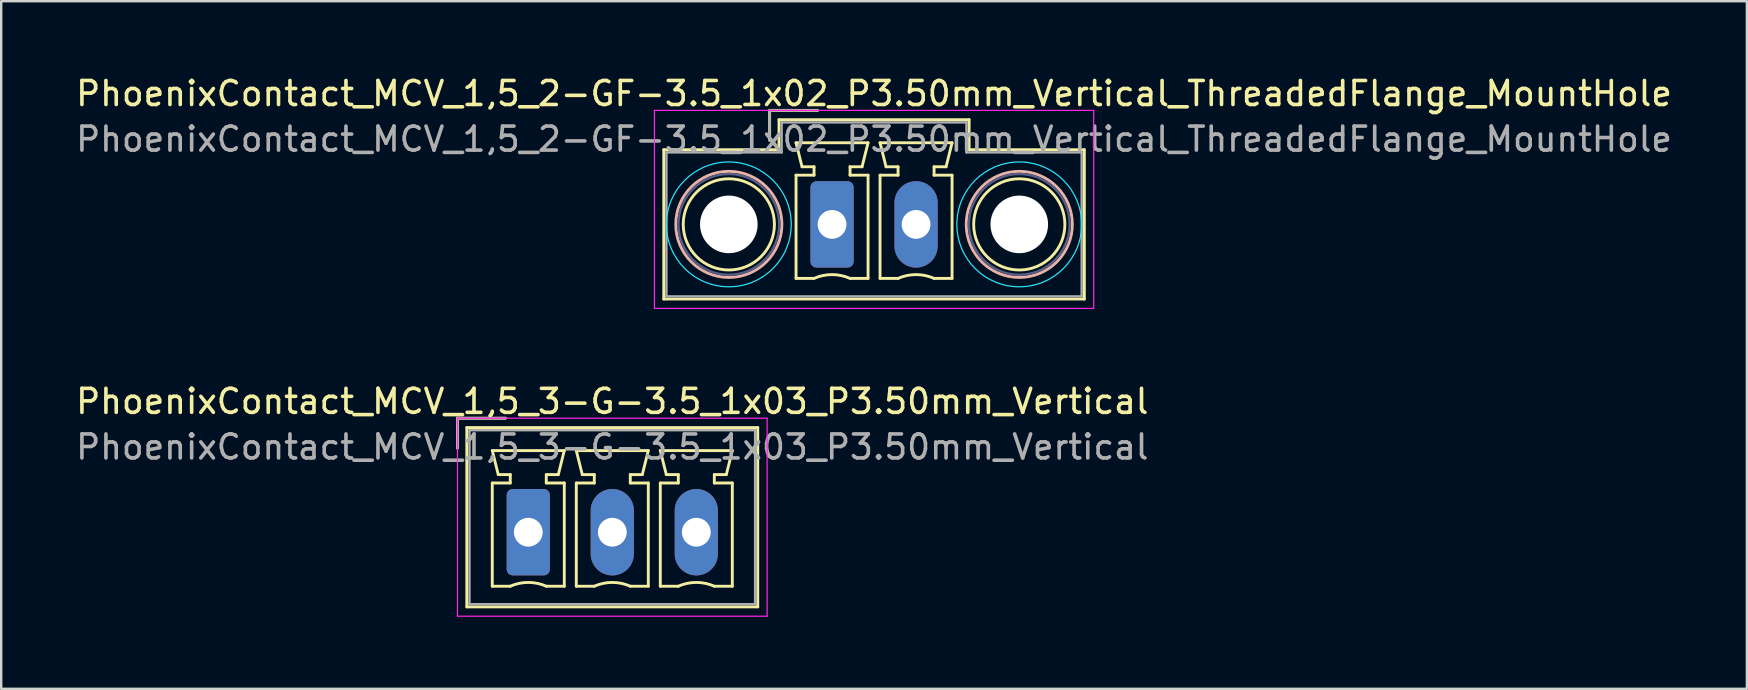
<source format=kicad_pcb>
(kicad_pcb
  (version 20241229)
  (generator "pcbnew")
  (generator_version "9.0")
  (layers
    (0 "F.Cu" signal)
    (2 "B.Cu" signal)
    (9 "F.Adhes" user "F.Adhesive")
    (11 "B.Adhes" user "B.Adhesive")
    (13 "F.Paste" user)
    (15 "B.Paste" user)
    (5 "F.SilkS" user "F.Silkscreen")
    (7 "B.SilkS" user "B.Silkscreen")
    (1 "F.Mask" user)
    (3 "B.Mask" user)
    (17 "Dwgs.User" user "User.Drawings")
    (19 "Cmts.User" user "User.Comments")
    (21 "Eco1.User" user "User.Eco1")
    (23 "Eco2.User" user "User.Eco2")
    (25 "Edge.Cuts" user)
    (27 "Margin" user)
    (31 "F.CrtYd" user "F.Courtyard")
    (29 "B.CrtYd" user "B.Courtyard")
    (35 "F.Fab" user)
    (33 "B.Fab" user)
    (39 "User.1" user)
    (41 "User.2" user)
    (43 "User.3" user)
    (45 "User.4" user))
  (footprint "PhoenixContact_MCV_1,5_3-G-3.5_1x03_P3.50mm_Vertical"
    (layer "F.Cu")
    (at 18.958 19.122)
    (property "Reference" "PhoenixContact_MCV_1,5_3-G-3.5_1x03_P3.50mm_Vertical" (at 3.5 -5.45 0) (layer "F.SilkS") (effects (font (size 1 1) (thickness 0.15))))
    (attr through_hole)
    (fp_line (start -2.95 -4.75) (end -0.95 -4.75) (stroke (width 0.12) (type solid)) (layer "F.SilkS"))
    (fp_line (start -2.95 -3.5) (end -2.95 -4.75) (stroke (width 0.12) (type solid)) (layer "F.SilkS"))
    (fp_line (start -2.56 -4.36) (end -2.56 3.11) (stroke (width 0.12) (type solid)) (layer "F.SilkS"))
    (fp_line (start -2.56 3.11) (end 9.56 3.11) (stroke (width 0.12) (type solid)) (layer "F.SilkS"))
    (fp_line (start -1.5 -3.4) (end 1.5 -3.4) (stroke (width 0.12) (type solid)) (layer "F.SilkS"))
    (fp_line (start -1.5 -2.05) (end -0.75 -2.05) (stroke (width 0.12) (type solid)) (layer "F.SilkS"))
    (fp_line (start -1.5 2.25) (end -1.5 -2.05) (stroke (width 0.12) (type solid)) (layer "F.SilkS"))
    (fp_line (start -1.25 -2.4) (end -1.5 -3.4) (stroke (width 0.12) (type solid)) (layer "F.SilkS"))
    (fp_line (start -0.75 -2.4) (end -1.25 -2.4) (stroke (width 0.12) (type solid)) (layer "F.SilkS"))
    (fp_line (start -0.75 -2.05) (end -0.75 -2.4) (stroke (width 0.12) (type solid)) (layer "F.SilkS"))
    (fp_line (start -0.75 2.25) (end -1.5 2.25) (stroke (width 0.12) (type solid)) (layer "F.SilkS"))
    (fp_line (start 0.75 -2.4) (end 0.75 -2.05) (stroke (width 0.12) (type solid)) (layer "F.SilkS"))
    (fp_line (start 0.75 -2.05) (end 1.5 -2.05) (stroke (width 0.12) (type solid)) (layer "F.SilkS"))
    (fp_line (start 1.25 -2.4) (end 0.75 -2.4) (stroke (width 0.12) (type solid)) (layer "F.SilkS"))
    (fp_line (start 1.5 -3.4) (end 1.25 -2.4) (stroke (width 0.12) (type solid)) (layer "F.SilkS"))
    (fp_line (start 1.5 -2.05) (end 1.5 2.25) (stroke (width 0.12) (type solid)) (layer "F.SilkS"))
    (fp_line (start 1.5 2.25) (end 0.75 2.25) (stroke (width 0.12) (type solid)) (layer "F.SilkS"))
    (fp_line (start 2 -3.4) (end 5 -3.4) (stroke (width 0.12) (type solid)) (layer "F.SilkS"))
    (fp_line (start 2 -2.05) (end 2.75 -2.05) (stroke (width 0.12) (type solid)) (layer "F.SilkS"))
    (fp_line (start 2 2.25) (end 2 -2.05) (stroke (width 0.12) (type solid)) (layer "F.SilkS"))
    (fp_line (start 2.25 -2.4) (end 2 -3.4) (stroke (width 0.12) (type solid)) (layer "F.SilkS"))
    (fp_line (start 2.75 -2.4) (end 2.25 -2.4) (stroke (width 0.12) (type solid)) (layer "F.SilkS"))
    (fp_line (start 2.75 -2.05) (end 2.75 -2.4) (stroke (width 0.12) (type solid)) (layer "F.SilkS"))
    (fp_line (start 2.75 2.25) (end 2 2.25) (stroke (width 0.12) (type solid)) (layer "F.SilkS"))
    (fp_line (start 4.25 -2.4) (end 4.25 -2.05) (stroke (width 0.12) (type solid)) (layer "F.SilkS"))
    (fp_line (start 4.25 -2.05) (end 5 -2.05) (stroke (width 0.12) (type solid)) (layer "F.SilkS"))
    (fp_line (start 4.75 -2.4) (end 4.25 -2.4) (stroke (width 0.12) (type solid)) (layer "F.SilkS"))
    (fp_line (start 5 -3.4) (end 4.75 -2.4) (stroke (width 0.12) (type solid)) (layer "F.SilkS"))
    (fp_line (start 5 -2.05) (end 5 2.25) (stroke (width 0.12) (type solid)) (layer "F.SilkS"))
    (fp_line (start 5 2.25) (end 4.25 2.25) (stroke (width 0.12) (type solid)) (layer "F.SilkS"))
    (fp_line (start 5.5 -3.4) (end 8.5 -3.4) (stroke (width 0.12) (type solid)) (layer "F.SilkS"))
    (fp_line (start 5.5 -2.05) (end 6.25 -2.05) (stroke (width 0.12) (type solid)) (layer "F.SilkS"))
    (fp_line (start 5.5 2.25) (end 5.5 -2.05) (stroke (width 0.12) (type solid)) (layer "F.SilkS"))
    (fp_line (start 5.75 -2.4) (end 5.5 -3.4) (stroke (width 0.12) (type solid)) (layer "F.SilkS"))
    (fp_line (start 6.25 -2.4) (end 5.75 -2.4) (stroke (width 0.12) (type solid)) (layer "F.SilkS"))
    (fp_line (start 6.25 -2.05) (end 6.25 -2.4) (stroke (width 0.12) (type solid)) (layer "F.SilkS"))
    (fp_line (start 6.25 2.25) (end 5.5 2.25) (stroke (width 0.12) (type solid)) (layer "F.SilkS"))
    (fp_line (start 7.75 -2.4) (end 7.75 -2.05) (stroke (width 0.12) (type solid)) (layer "F.SilkS"))
    (fp_line (start 7.75 -2.05) (end 8.5 -2.05) (stroke (width 0.12) (type solid)) (layer "F.SilkS"))
    (fp_line (start 8.25 -2.4) (end 7.75 -2.4) (stroke (width 0.12) (type solid)) (layer "F.SilkS"))
    (fp_line (start 8.5 -3.4) (end 8.25 -2.4) (stroke (width 0.12) (type solid)) (layer "F.SilkS"))
    (fp_line (start 8.5 -2.05) (end 8.5 2.25) (stroke (width 0.12) (type solid)) (layer "F.SilkS"))
    (fp_line (start 8.5 2.25) (end 7.75 2.25) (stroke (width 0.12) (type solid)) (layer "F.SilkS"))
    (fp_line (start 9.56 -4.36) (end -2.56 -4.36) (stroke (width 0.12) (type solid)) (layer "F.SilkS"))
    (fp_line (start 9.56 3.11) (end 9.56 -4.36) (stroke (width 0.12) (type solid)) (layer "F.SilkS"))
    (fp_arc (start -0.75 2.25) (mid -0.000193 2.09191) (end 0.749647 2.249844) (stroke (width 0.12) (type solid)) (layer "F.SilkS"))
    (fp_arc (start 2.75 2.25) (mid 3.499807 2.09191) (end 4.249647 2.249844) (stroke (width 0.12) (type solid)) (layer "F.SilkS"))
    (fp_arc (start 6.25 2.25) (mid 6.999807 2.09191) (end 7.749647 2.249844) (stroke (width 0.12) (type solid)) (layer "F.SilkS"))
    (fp_line (start -2.95 -4.75) (end -2.95 3.5) (stroke (width 0.05) (type solid)) (layer "F.CrtYd"))
    (fp_line (start -2.95 3.5) (end 9.95 3.5) (stroke (width 0.05) (type solid)) (layer "F.CrtYd"))
    (fp_line (start 9.95 -4.75) (end -2.95 -4.75) (stroke (width 0.05) (type solid)) (layer "F.CrtYd"))
    (fp_line (start 9.95 3.5) (end 9.95 -4.75) (stroke (width 0.05) (type solid)) (layer "F.CrtYd"))
    (fp_line (start -2.95 -4.75) (end -0.95 -4.75) (stroke (width 0.1) (type solid)) (layer "F.Fab"))
    (fp_line (start -2.95 -3.5) (end -2.95 -4.75) (stroke (width 0.1) (type solid)) (layer "F.Fab"))
    (fp_line (start -2.45 -4.25) (end -2.45 3) (stroke (width 0.1) (type solid)) (layer "F.Fab"))
    (fp_line (start -2.45 3) (end 9.45 3) (stroke (width 0.1) (type solid)) (layer "F.Fab"))
    (fp_line (start 9.45 -4.25) (end -2.45 -4.25) (stroke (width 0.1) (type solid)) (layer "F.Fab"))
    (fp_line (start 9.45 3) (end 9.45 -4.25) (stroke (width 0.1) (type solid)) (layer "F.Fab"))
    (fp_text user "${REFERENCE}" (at 3.5 -3.55 0) (layer "F.Fab") (effects (font (size 1 1) (thickness 0.15))))
    (pad "1" thru_hole roundrect (at 0 0) (size 1.8 3.6) (drill 1.2) (layers "*.Cu" "*.Mask") (roundrect_rratio 0.139))
    (pad "2" thru_hole oval (at 3.5 0) (size 1.8 3.6) (drill 1.2) (layers "*.Cu" "*.Mask"))
    (pad "3" thru_hole oval (at 7 0) (size 1.8 3.6) (drill 1.2) (layers "*.Cu" "*.Mask")))
  (footprint "PhoenixContact_MCV_1,5_2-GF-3.5_1x02_P3.50mm_Vertical_ThreadedFlange_MountHole"
    (layer "F.Cu")
    (at 31.613 6.298)
    (property "Reference" "PhoenixContact_MCV_1,5_2-GF-3.5_1x02_P3.50mm_Vertical_ThreadedFlange_MountHole" (at 1.75 -5.45 0) (layer "F.SilkS") (effects (font (size 1 1) (thickness 0.15))))
    (attr through_hole)
    (fp_line (start -7.01 -3.11) (end -7.01 3.11) (stroke (width 0.12) (type solid)) (layer "F.SilkS"))
    (fp_line (start -7.01 3.11) (end 10.51 3.11) (stroke (width 0.12) (type solid)) (layer "F.SilkS"))
    (fp_line (start -2.6 -4.75) (end -0.6 -4.75) (stroke (width 0.12) (type solid)) (layer "F.SilkS"))
    (fp_line (start -2.6 -3.5) (end -2.6 -4.75) (stroke (width 0.12) (type solid)) (layer "F.SilkS"))
    (fp_line (start -2.21 -4.36) (end -2.21 -3.11) (stroke (width 0.12) (type solid)) (layer "F.SilkS"))
    (fp_line (start -2.21 -3.11) (end -7.01 -3.11) (stroke (width 0.12) (type solid)) (layer "F.SilkS"))
    (fp_line (start -1.5 -3.4) (end 1.5 -3.4) (stroke (width 0.12) (type solid)) (layer "F.SilkS"))
    (fp_line (start -1.5 -2.05) (end -0.75 -2.05) (stroke (width 0.12) (type solid)) (layer "F.SilkS"))
    (fp_line (start -1.5 2.25) (end -1.5 -2.05) (stroke (width 0.12) (type solid)) (layer "F.SilkS"))
    (fp_line (start -1.25 -2.4) (end -1.5 -3.4) (stroke (width 0.12) (type solid)) (layer "F.SilkS"))
    (fp_line (start -0.75 -2.4) (end -1.25 -2.4) (stroke (width 0.12) (type solid)) (layer "F.SilkS"))
    (fp_line (start -0.75 -2.05) (end -0.75 -2.4) (stroke (width 0.12) (type solid)) (layer "F.SilkS"))
    (fp_line (start -0.75 2.25) (end -1.5 2.25) (stroke (width 0.12) (type solid)) (layer "F.SilkS"))
    (fp_line (start 0.75 -2.4) (end 0.75 -2.05) (stroke (width 0.12) (type solid)) (layer "F.SilkS"))
    (fp_line (start 0.75 -2.05) (end 1.5 -2.05) (stroke (width 0.12) (type solid)) (layer "F.SilkS"))
    (fp_line (start 1.25 -2.4) (end 0.75 -2.4) (stroke (width 0.12) (type solid)) (layer "F.SilkS"))
    (fp_line (start 1.5 -3.4) (end 1.25 -2.4) (stroke (width 0.12) (type solid)) (layer "F.SilkS"))
    (fp_line (start 1.5 -2.05) (end 1.5 2.25) (stroke (width 0.12) (type solid)) (layer "F.SilkS"))
    (fp_line (start 1.5 2.25) (end 0.75 2.25) (stroke (width 0.12) (type solid)) (layer "F.SilkS"))
    (fp_line (start 2 -3.4) (end 5 -3.4) (stroke (width 0.12) (type solid)) (layer "F.SilkS"))
    (fp_line (start 2 -2.05) (end 2.75 -2.05) (stroke (width 0.12) (type solid)) (layer "F.SilkS"))
    (fp_line (start 2 2.25) (end 2 -2.05) (stroke (width 0.12) (type solid)) (layer "F.SilkS"))
    (fp_line (start 2.25 -2.4) (end 2 -3.4) (stroke (width 0.12) (type solid)) (layer "F.SilkS"))
    (fp_line (start 2.75 -2.4) (end 2.25 -2.4) (stroke (width 0.12) (type solid)) (layer "F.SilkS"))
    (fp_line (start 2.75 -2.05) (end 2.75 -2.4) (stroke (width 0.12) (type solid)) (layer "F.SilkS"))
    (fp_line (start 2.75 2.25) (end 2 2.25) (stroke (width 0.12) (type solid)) (layer "F.SilkS"))
    (fp_line (start 4.25 -2.4) (end 4.25 -2.05) (stroke (width 0.12) (type solid)) (layer "F.SilkS"))
    (fp_line (start 4.25 -2.05) (end 5 -2.05) (stroke (width 0.12) (type solid)) (layer "F.SilkS"))
    (fp_line (start 4.75 -2.4) (end 4.25 -2.4) (stroke (width 0.12) (type solid)) (layer "F.SilkS"))
    (fp_line (start 5 -3.4) (end 4.75 -2.4) (stroke (width 0.12) (type solid)) (layer "F.SilkS"))
    (fp_line (start 5 -2.05) (end 5 2.25) (stroke (width 0.12) (type solid)) (layer "F.SilkS"))
    (fp_line (start 5 2.25) (end 4.25 2.25) (stroke (width 0.12) (type solid)) (layer "F.SilkS"))
    (fp_line (start 5.71 -4.36) (end -2.21 -4.36) (stroke (width 0.12) (type solid)) (layer "F.SilkS"))
    (fp_line (start 5.71 -3.11) (end 5.71 -4.36) (stroke (width 0.12) (type solid)) (layer "F.SilkS"))
    (fp_line (start 10.51 -3.11) (end 5.71 -3.11) (stroke (width 0.12) (type solid)) (layer "F.SilkS"))
    (fp_line (start 10.51 3.11) (end 10.51 -3.11) (stroke (width 0.12) (type solid)) (layer "F.SilkS"))
    (fp_arc (start -0.75 2.25) (mid -0.000193 2.09191) (end 0.749647 2.249844) (stroke (width 0.12) (type solid)) (layer "F.SilkS"))
    (fp_arc (start 2.75 2.25) (mid 3.499807 2.09191) (end 4.249647 2.249844) (stroke (width 0.12) (type solid)) (layer "F.SilkS"))
    (fp_circle (center -4.3 0) (end -2.4 0) (stroke (width 0.12) (type solid)) (fill no) (layer "F.SilkS"))
    (fp_circle (center 7.8 0) (end 9.7 0) (stroke (width 0.12) (type solid)) (fill no) (layer "F.SilkS"))
    (fp_circle (center -4.3 0) (end -2.09 0) (stroke (width 0.12) (type solid)) (fill no) (layer "B.SilkS"))
    (fp_circle (center 7.8 0) (end 10.01 0) (stroke (width 0.12) (type solid)) (fill no) (layer "B.SilkS"))
    (fp_circle (center -4.3 0) (end -1.7 0) (stroke (width 0.05) (type solid)) (fill no) (layer "B.CrtYd"))
    (fp_circle (center 7.8 0) (end 10.4 0) (stroke (width 0.05) (type solid)) (fill no) (layer "B.CrtYd"))
    (fp_line (start -7.4 -4.75) (end -7.4 3.5) (stroke (width 0.05) (type solid)) (layer "F.CrtYd"))
    (fp_line (start -7.4 3.5) (end 10.9 3.5) (stroke (width 0.05) (type solid)) (layer "F.CrtYd"))
    (fp_line (start 10.9 -4.75) (end -7.4 -4.75) (stroke (width 0.05) (type solid)) (layer "F.CrtYd"))
    (fp_line (start 10.9 3.5) (end 10.9 -4.75) (stroke (width 0.05) (type solid)) (layer "F.CrtYd"))
    (fp_circle (center -4.3 0) (end -2.2 0) (stroke (width 0.1) (type solid)) (fill no) (layer "B.Fab"))
    (fp_circle (center 7.8 0) (end 9.9 0) (stroke (width 0.1) (type solid)) (fill no) (layer "B.Fab"))
    (fp_line (start -6.9 -3) (end -6.9 3) (stroke (width 0.1) (type solid)) (layer "F.Fab"))
    (fp_line (start -6.9 3) (end 10.4 3) (stroke (width 0.1) (type solid)) (layer "F.Fab"))
    (fp_line (start -2.6 -4.75) (end -0.6 -4.75) (stroke (width 0.1) (type solid)) (layer "F.Fab"))
    (fp_line (start -2.6 -3.5) (end -2.6 -4.75) (stroke (width 0.1) (type solid)) (layer "F.Fab"))
    (fp_line (start -2.1 -4.25) (end -2.1 -3) (stroke (width 0.1) (type solid)) (layer "F.Fab"))
    (fp_line (start -2.1 -3) (end -6.9 -3) (stroke (width 0.1) (type solid)) (layer "F.Fab"))
    (fp_line (start 5.6 -4.25) (end -2.1 -4.25) (stroke (width 0.1) (type solid)) (layer "F.Fab"))
    (fp_line (start 5.6 -3) (end 5.6 -4.25) (stroke (width 0.1) (type solid)) (layer "F.Fab"))
    (fp_line (start 10.4 -3) (end 5.6 -3) (stroke (width 0.1) (type solid)) (layer "F.Fab"))
    (fp_line (start 10.4 3) (end 10.4 -3) (stroke (width 0.1) (type solid)) (layer "F.Fab"))
    (fp_text user "${REFERENCE}" (at 1.75 -3.55 0) (layer "F.Fab") (effects (font (size 1 1) (thickness 0.15))))
    (pad "" np_thru_hole circle (at -4.3 0) (size 2.4 2.4) (drill 2.4) (layers "*.Cu" "*.Mask"))
    (pad "" np_thru_hole circle (at 7.8 0) (size 2.4 2.4) (drill 2.4) (layers "*.Cu" "*.Mask"))
    (pad "1" thru_hole roundrect (at 0 0) (size 1.8 3.6) (drill 1.2) (layers "*.Cu" "*.Mask") (roundrect_rratio 0.139))
    (pad "2" thru_hole oval (at 3.5 0) (size 1.8 3.6) (drill 1.2) (layers "*.Cu" "*.Mask")))
  (gr_rect
    (start -3 -3)
    (end 69.726 25.646)
    (stroke (width 0.1) (type default))
    (fill no)
    (layer "Edge.Cuts")))
</source>
